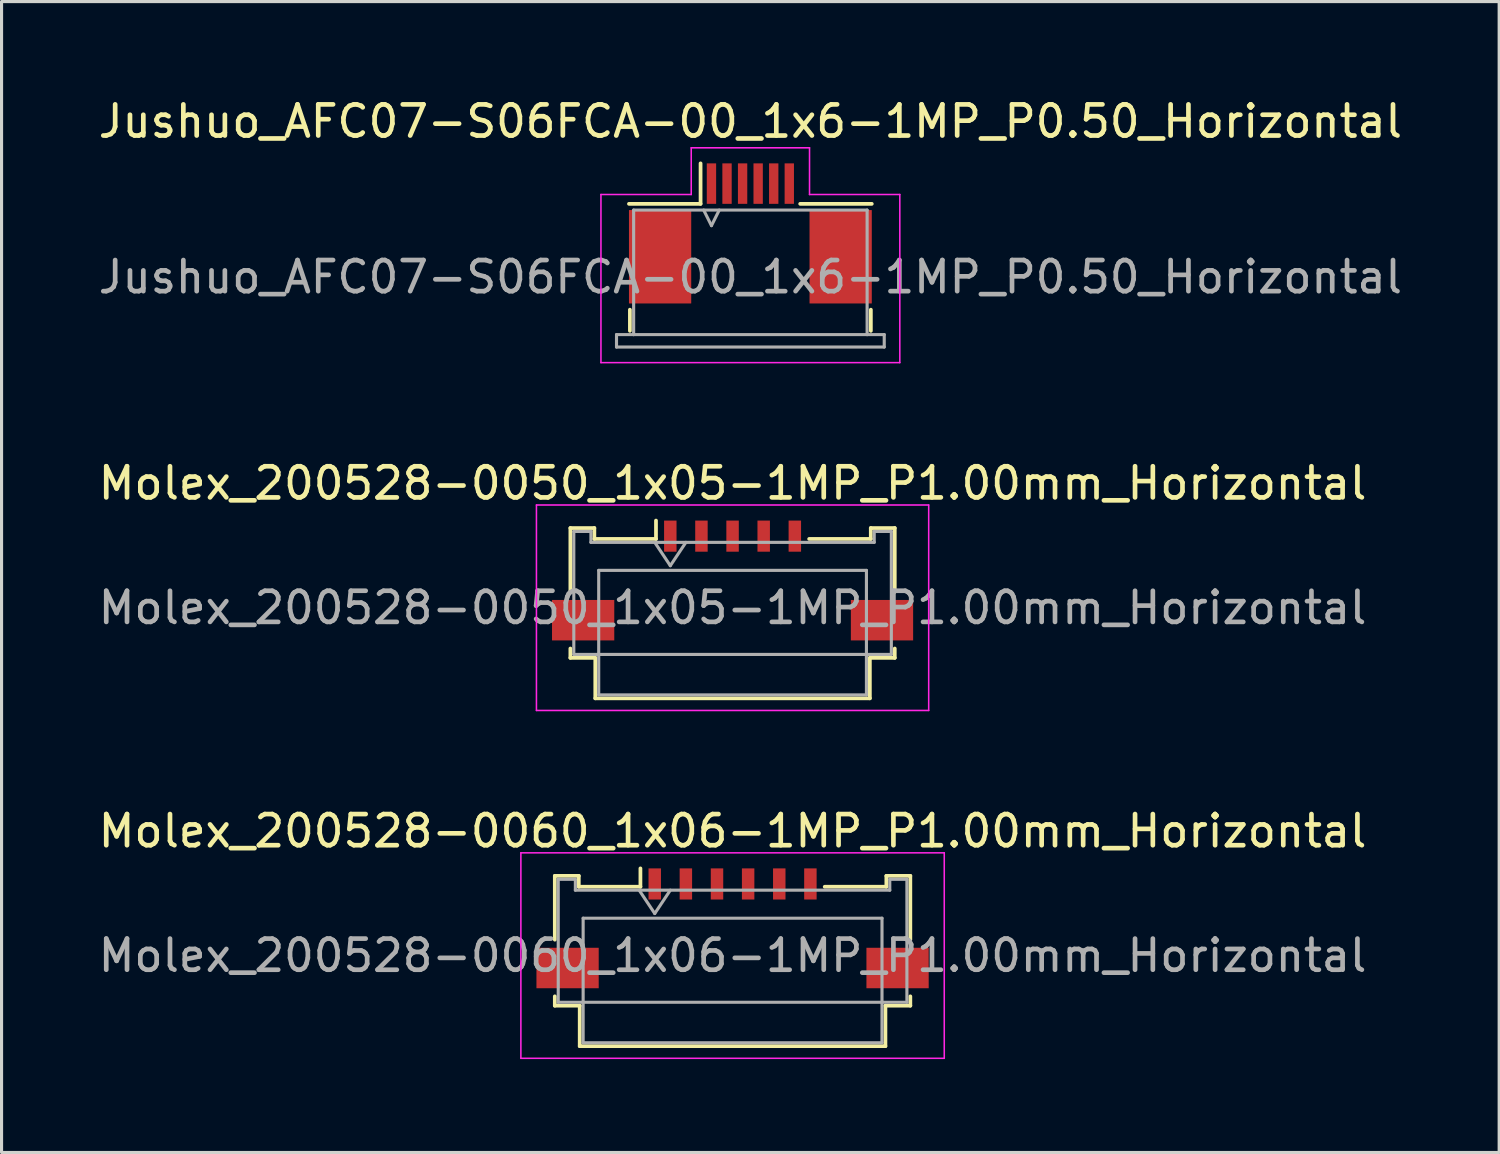
<source format=kicad_pcb>
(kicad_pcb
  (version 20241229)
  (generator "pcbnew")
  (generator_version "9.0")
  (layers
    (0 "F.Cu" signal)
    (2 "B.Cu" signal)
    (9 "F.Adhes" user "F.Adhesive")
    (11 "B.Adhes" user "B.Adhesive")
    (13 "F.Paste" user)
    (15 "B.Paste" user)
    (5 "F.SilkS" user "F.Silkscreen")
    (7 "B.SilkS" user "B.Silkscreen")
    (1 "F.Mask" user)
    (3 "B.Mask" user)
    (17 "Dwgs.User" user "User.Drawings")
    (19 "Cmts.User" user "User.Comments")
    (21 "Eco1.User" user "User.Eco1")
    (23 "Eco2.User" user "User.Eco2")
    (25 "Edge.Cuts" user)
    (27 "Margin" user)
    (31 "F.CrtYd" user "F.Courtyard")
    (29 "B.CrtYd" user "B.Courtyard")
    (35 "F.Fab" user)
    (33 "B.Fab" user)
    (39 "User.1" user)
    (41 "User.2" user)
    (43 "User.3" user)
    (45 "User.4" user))
  (footprint "Molex_200528-0050_1x05-1MP_P1.00mm_Horizontal"
    (layer "F.Cu")
    (at 20.482 15.082)
    (property "Reference" "Molex_200528-0050_1x05-1MP_P1.00mm_Horizontal" (at 0 -2.61 0) (layer "F.SilkS") (effects (font (size 1 1) (thickness 0.15))))
    (attr smd)
    (fp_line (start -5.21 -1.17) (end -5.21 0.88) (stroke (width 0.12) (type solid)) (layer "F.SilkS"))
    (fp_line (start -5.21 2.7) (end -5.21 3) (stroke (width 0.12) (type solid)) (layer "F.SilkS"))
    (fp_line (start -5.21 3) (end -4.41 3) (stroke (width 0.12) (type solid)) (layer "F.SilkS"))
    (fp_line (start -4.44 -1.17) (end -5.21 -1.17) (stroke (width 0.12) (type solid)) (layer "F.SilkS"))
    (fp_line (start -4.44 -0.82) (end -4.44 -1.17) (stroke (width 0.12) (type solid)) (layer "F.SilkS"))
    (fp_line (start -4.41 3) (end -4.41 4.3) (stroke (width 0.12) (type solid)) (layer "F.SilkS"))
    (fp_line (start -4.41 4.3) (end 4.41 4.3) (stroke (width 0.12) (type solid)) (layer "F.SilkS"))
    (fp_line (start -2.46 -1.41) (end -2.46 -0.82) (stroke (width 0.12) (type solid)) (layer "F.SilkS"))
    (fp_line (start -2.46 -0.82) (end -4.44 -0.82) (stroke (width 0.12) (type solid)) (layer "F.SilkS"))
    (fp_line (start 4.41 3) (end 5.21 3) (stroke (width 0.12) (type solid)) (layer "F.SilkS"))
    (fp_line (start 4.41 4.3) (end 4.41 3) (stroke (width 0.12) (type solid)) (layer "F.SilkS"))
    (fp_line (start 4.44 -1.17) (end 4.44 -0.82) (stroke (width 0.12) (type solid)) (layer "F.SilkS"))
    (fp_line (start 4.44 -0.82) (end 2.46 -0.82) (stroke (width 0.12) (type solid)) (layer "F.SilkS"))
    (fp_line (start 5.21 -1.17) (end 4.44 -1.17) (stroke (width 0.12) (type solid)) (layer "F.SilkS"))
    (fp_line (start 5.21 0.88) (end 5.21 -1.17) (stroke (width 0.12) (type solid)) (layer "F.SilkS"))
    (fp_line (start 5.21 3) (end 5.21 2.7) (stroke (width 0.12) (type solid)) (layer "F.SilkS"))
    (fp_line (start -6.3 -1.91) (end -6.3 4.69) (stroke (width 0.05) (type solid)) (layer "F.CrtYd"))
    (fp_line (start -6.3 4.69) (end 6.3 4.69) (stroke (width 0.05) (type solid)) (layer "F.CrtYd"))
    (fp_line (start 6.3 -1.91) (end -6.3 -1.91) (stroke (width 0.05) (type solid)) (layer "F.CrtYd"))
    (fp_line (start 6.3 4.69) (end 6.3 -1.91) (stroke (width 0.05) (type solid)) (layer "F.CrtYd"))
    (fp_line (start -5.1 -1.06) (end -5.1 2.89) (stroke (width 0.1) (type solid)) (layer "F.Fab"))
    (fp_line (start -5.1 2.89) (end 5.1 2.89) (stroke (width 0.1) (type solid)) (layer "F.Fab"))
    (fp_line (start -4.55 -1.06) (end -5.1 -1.06) (stroke (width 0.1) (type solid)) (layer "F.Fab"))
    (fp_line (start -4.55 -0.71) (end -4.55 -1.06) (stroke (width 0.1) (type solid)) (layer "F.Fab"))
    (fp_line (start -4.3 0.19) (end -4.3 4.19) (stroke (width 0.1) (type solid)) (layer "F.Fab"))
    (fp_line (start -4.3 4.19) (end 4.3 4.19) (stroke (width 0.1) (type solid)) (layer "F.Fab"))
    (fp_line (start -2.5 -0.71) (end -2 0.04) (stroke (width 0.1) (type solid)) (layer "F.Fab"))
    (fp_line (start -2 0.04) (end -1.5 -0.71) (stroke (width 0.1) (type solid)) (layer "F.Fab"))
    (fp_line (start 4.3 0.19) (end -4.3 0.19) (stroke (width 0.1) (type solid)) (layer "F.Fab"))
    (fp_line (start 4.3 4.19) (end 4.3 0.19) (stroke (width 0.1) (type solid)) (layer "F.Fab"))
    (fp_line (start 4.55 -1.06) (end 4.55 -0.71) (stroke (width 0.1) (type solid)) (layer "F.Fab"))
    (fp_line (start 4.55 -0.71) (end -4.55 -0.71) (stroke (width 0.1) (type solid)) (layer "F.Fab"))
    (fp_line (start 5.1 -1.06) (end 4.55 -1.06) (stroke (width 0.1) (type solid)) (layer "F.Fab"))
    (fp_line (start 5.1 2.89) (end 5.1 -1.06) (stroke (width 0.1) (type solid)) (layer "F.Fab"))
    (fp_text user "${REFERENCE}" (at 0 1.39 0) (layer "F.Fab") (effects (font (size 1 1) (thickness 0.15))))
    (pad "1" smd rect (at -2 -0.91) (size 0.4 1) (layers "F.Cu" "F.Mask" "F.Paste"))
    (pad "2" smd rect (at -1 -0.91) (size 0.4 1) (layers "F.Cu" "F.Mask" "F.Paste"))
    (pad "3" smd rect (at 0 -0.91) (size 0.4 1) (layers "F.Cu" "F.Mask" "F.Paste"))
    (pad "4" smd rect (at 1 -0.91) (size 0.4 1) (layers "F.Cu" "F.Mask" "F.Paste"))
    (pad "5" smd rect (at 2 -0.91) (size 0.4 1) (layers "F.Cu" "F.Mask" "F.Paste"))
    (pad "MP" smd rect (at -4.8 1.79) (size 2 1.3) (layers "F.Cu" "F.Mask" "F.Paste"))
    (pad "MP" smd rect (at 4.8 1.79) (size 2 1.3) (layers "F.Cu" "F.Mask" "F.Paste")))
  (footprint "Molex_200528-0060_1x06-1MP_P1.00mm_Horizontal"
    (layer "F.Cu")
    (at 20.482 26.255)
    (property "Reference" "Molex_200528-0060_1x06-1MP_P1.00mm_Horizontal" (at 0 -2.61 0) (layer "F.SilkS") (effects (font (size 1 1) (thickness 0.15))))
    (attr smd)
    (fp_line (start -5.71 -1.17) (end -5.71 0.88) (stroke (width 0.12) (type solid)) (layer "F.SilkS"))
    (fp_line (start -5.71 2.7) (end -5.71 3) (stroke (width 0.12) (type solid)) (layer "F.SilkS"))
    (fp_line (start -5.71 3) (end -4.91 3) (stroke (width 0.12) (type solid)) (layer "F.SilkS"))
    (fp_line (start -4.94 -1.17) (end -5.71 -1.17) (stroke (width 0.12) (type solid)) (layer "F.SilkS"))
    (fp_line (start -4.94 -0.82) (end -4.94 -1.17) (stroke (width 0.12) (type solid)) (layer "F.SilkS"))
    (fp_line (start -4.91 3) (end -4.91 4.3) (stroke (width 0.12) (type solid)) (layer "F.SilkS"))
    (fp_line (start -4.91 4.3) (end 4.91 4.3) (stroke (width 0.12) (type solid)) (layer "F.SilkS"))
    (fp_line (start -2.96 -1.41) (end -2.96 -0.82) (stroke (width 0.12) (type solid)) (layer "F.SilkS"))
    (fp_line (start -2.96 -0.82) (end -4.94 -0.82) (stroke (width 0.12) (type solid)) (layer "F.SilkS"))
    (fp_line (start 4.91 3) (end 5.71 3) (stroke (width 0.12) (type solid)) (layer "F.SilkS"))
    (fp_line (start 4.91 4.3) (end 4.91 3) (stroke (width 0.12) (type solid)) (layer "F.SilkS"))
    (fp_line (start 4.94 -1.17) (end 4.94 -0.82) (stroke (width 0.12) (type solid)) (layer "F.SilkS"))
    (fp_line (start 4.94 -0.82) (end 2.96 -0.82) (stroke (width 0.12) (type solid)) (layer "F.SilkS"))
    (fp_line (start 5.71 -1.17) (end 4.94 -1.17) (stroke (width 0.12) (type solid)) (layer "F.SilkS"))
    (fp_line (start 5.71 0.88) (end 5.71 -1.17) (stroke (width 0.12) (type solid)) (layer "F.SilkS"))
    (fp_line (start 5.71 3) (end 5.71 2.7) (stroke (width 0.12) (type solid)) (layer "F.SilkS"))
    (fp_line (start -6.8 -1.91) (end -6.8 4.69) (stroke (width 0.05) (type solid)) (layer "F.CrtYd"))
    (fp_line (start -6.8 4.69) (end 6.8 4.69) (stroke (width 0.05) (type solid)) (layer "F.CrtYd"))
    (fp_line (start 6.8 -1.91) (end -6.8 -1.91) (stroke (width 0.05) (type solid)) (layer "F.CrtYd"))
    (fp_line (start 6.8 4.69) (end 6.8 -1.91) (stroke (width 0.05) (type solid)) (layer "F.CrtYd"))
    (fp_line (start -5.6 -1.06) (end -5.6 2.89) (stroke (width 0.1) (type solid)) (layer "F.Fab"))
    (fp_line (start -5.6 2.89) (end 5.6 2.89) (stroke (width 0.1) (type solid)) (layer "F.Fab"))
    (fp_line (start -5.05 -1.06) (end -5.6 -1.06) (stroke (width 0.1) (type solid)) (layer "F.Fab"))
    (fp_line (start -5.05 -0.71) (end -5.05 -1.06) (stroke (width 0.1) (type solid)) (layer "F.Fab"))
    (fp_line (start -4.8 0.19) (end -4.8 4.19) (stroke (width 0.1) (type solid)) (layer "F.Fab"))
    (fp_line (start -4.8 4.19) (end 4.8 4.19) (stroke (width 0.1) (type solid)) (layer "F.Fab"))
    (fp_line (start -3 -0.71) (end -2.5 0.04) (stroke (width 0.1) (type solid)) (layer "F.Fab"))
    (fp_line (start -2.5 0.04) (end -2 -0.71) (stroke (width 0.1) (type solid)) (layer "F.Fab"))
    (fp_line (start 4.8 0.19) (end -4.8 0.19) (stroke (width 0.1) (type solid)) (layer "F.Fab"))
    (fp_line (start 4.8 4.19) (end 4.8 0.19) (stroke (width 0.1) (type solid)) (layer "F.Fab"))
    (fp_line (start 5.05 -1.06) (end 5.05 -0.71) (stroke (width 0.1) (type solid)) (layer "F.Fab"))
    (fp_line (start 5.05 -0.71) (end -5.05 -0.71) (stroke (width 0.1) (type solid)) (layer "F.Fab"))
    (fp_line (start 5.6 -1.06) (end 5.05 -1.06) (stroke (width 0.1) (type solid)) (layer "F.Fab"))
    (fp_line (start 5.6 2.89) (end 5.6 -1.06) (stroke (width 0.1) (type solid)) (layer "F.Fab"))
    (fp_text user "${REFERENCE}" (at 0 1.39 0) (layer "F.Fab") (effects (font (size 1 1) (thickness 0.15))))
    (pad "1" smd rect (at -2.5 -0.91) (size 0.4 1) (layers "F.Cu" "F.Mask" "F.Paste"))
    (pad "2" smd rect (at -1.5 -0.91) (size 0.4 1) (layers "F.Cu" "F.Mask" "F.Paste"))
    (pad "3" smd rect (at -0.5 -0.91) (size 0.4 1) (layers "F.Cu" "F.Mask" "F.Paste"))
    (pad "4" smd rect (at 0.5 -0.91) (size 0.4 1) (layers "F.Cu" "F.Mask" "F.Paste"))
    (pad "5" smd rect (at 1.5 -0.91) (size 0.4 1) (layers "F.Cu" "F.Mask" "F.Paste"))
    (pad "6" smd rect (at 2.5 -0.91) (size 0.4 1) (layers "F.Cu" "F.Mask" "F.Paste"))
    (pad "MP" smd rect (at -5.3 1.79) (size 2 1.3) (layers "F.Cu" "F.Mask" "F.Paste"))
    (pad "MP" smd rect (at 5.3 1.79) (size 2 1.3) (layers "F.Cu" "F.Mask" "F.Paste")))
  (footprint "Jushuo_AFC07-S06FCA-00_1x6-1MP_P0.50_Horizontal"
    (layer "F.Cu")
    (at 21.054 4.448)
    (property "Reference" "Jushuo_AFC07-S06FCA-00_1x6-1MP_P0.50_Horizontal" (at 0 -3.6 0) (layer "F.SilkS") (effects (font (size 1 1) (thickness 0.15))))
    (attr smd)
    (fp_line (start -3.87 2.45) (end -3.87 3.13) (stroke (width 0.12) (type solid)) (layer "F.SilkS"))
    (fp_line (start -1.6 -0.95) (end -3.9 -0.95) (stroke (width 0.12) (type solid)) (layer "F.SilkS"))
    (fp_line (start -1.6 -0.95) (end -1.6 -2.25) (stroke (width 0.12) (type solid)) (layer "F.SilkS"))
    (fp_line (start 1.6 -0.95) (end 3.9 -0.95) (stroke (width 0.12) (type solid)) (layer "F.SilkS"))
    (fp_line (start 3.87 2.45) (end 3.87 3.13) (stroke (width 0.12) (type solid)) (layer "F.SilkS"))
    (fp_line (start -4.8 -1.25) (end -4.8 4.15) (stroke (width 0.05) (type solid)) (layer "F.CrtYd"))
    (fp_line (start -4.8 4.15) (end 4.8 4.15) (stroke (width 0.05) (type solid)) (layer "F.CrtYd"))
    (fp_line (start -1.9 -2.75) (end -1.9 -1.25) (stroke (width 0.05) (type solid)) (layer "F.CrtYd"))
    (fp_line (start -1.9 -1.25) (end -4.8 -1.25) (stroke (width 0.05) (type solid)) (layer "F.CrtYd"))
    (fp_line (start 1.9 -2.75) (end -1.9 -2.75) (stroke (width 0.05) (type solid)) (layer "F.CrtYd"))
    (fp_line (start 1.9 -1.25) (end 1.9 -2.75) (stroke (width 0.05) (type solid)) (layer "F.CrtYd"))
    (fp_line (start 4.8 -1.25) (end 1.9 -1.25) (stroke (width 0.05) (type solid)) (layer "F.CrtYd"))
    (fp_line (start 4.8 4.15) (end 4.8 -1.25) (stroke (width 0.05) (type solid)) (layer "F.CrtYd"))
    (fp_line (start -4.3 3.25) (end -4.3 3.65) (stroke (width 0.1) (type solid)) (layer "F.Fab"))
    (fp_line (start -4.3 3.65) (end 4.3 3.65) (stroke (width 0.1) (type solid)) (layer "F.Fab"))
    (fp_line (start -3.75 -0.75) (end 3.75 -0.75) (stroke (width 0.1) (type solid)) (layer "F.Fab"))
    (fp_line (start -3.75 3.25) (end -4.3 3.25) (stroke (width 0.1) (type solid)) (layer "F.Fab"))
    (fp_line (start -3.75 3.25) (end -3.75 -0.75) (stroke (width 0.1) (type solid)) (layer "F.Fab"))
    (fp_line (start -1.5 -0.75) (end -1.25 -0.25) (stroke (width 0.1) (type solid)) (layer "F.Fab"))
    (fp_line (start -1.25 -0.25) (end -1 -0.75) (stroke (width 0.1) (type solid)) (layer "F.Fab"))
    (fp_line (start 3.75 3.25) (end -3.75 3.25) (stroke (width 0.1) (type solid)) (layer "F.Fab"))
    (fp_line (start 3.75 3.25) (end 3.75 -0.75) (stroke (width 0.1) (type solid)) (layer "F.Fab"))
    (fp_line (start 4.3 3.25) (end 3.75 3.25) (stroke (width 0.1) (type solid)) (layer "F.Fab"))
    (fp_line (start 4.3 3.65) (end 4.3 3.25) (stroke (width 0.1) (type solid)) (layer "F.Fab"))
    (fp_text user "${REFERENCE}" (at 0 1.4 0) (unlocked yes) (layer "F.Fab") (effects (font (size 1 1) (thickness 0.15))))
    (pad "1" smd rect (at -1.25 -1.6) (size 0.3 1.3) (layers "F.Cu" "F.Mask" "F.Paste"))
    (pad "2" smd rect (at -0.75 -1.6) (size 0.3 1.3) (layers "F.Cu" "F.Mask" "F.Paste"))
    (pad "3" smd rect (at -0.25 -1.6) (size 0.3 1.3) (layers "F.Cu" "F.Mask" "F.Paste"))
    (pad "4" smd rect (at 0.25 -1.6) (size 0.3 1.3) (layers "F.Cu" "F.Mask" "F.Paste"))
    (pad "5" smd rect (at 0.75 -1.6) (size 0.3 1.3) (layers "F.Cu" "F.Mask" "F.Paste"))
    (pad "6" smd rect (at 1.25 -1.6) (size 0.3 1.3) (layers "F.Cu" "F.Mask" "F.Paste"))
    (pad "MP" smd rect (at -2.9 0.75) (size 2 3) (layers "F.Cu" "F.Mask" "F.Paste"))
    (pad "MP" smd rect (at 2.9 0.75) (size 2 3) (layers "F.Cu" "F.Mask" "F.Paste")))
  (gr_rect
    (start -3 -3)
    (end 45.107 33.97)
    (stroke (width 0.1) (type default))
    (fill no)
    (layer "Edge.Cuts")))
</source>
